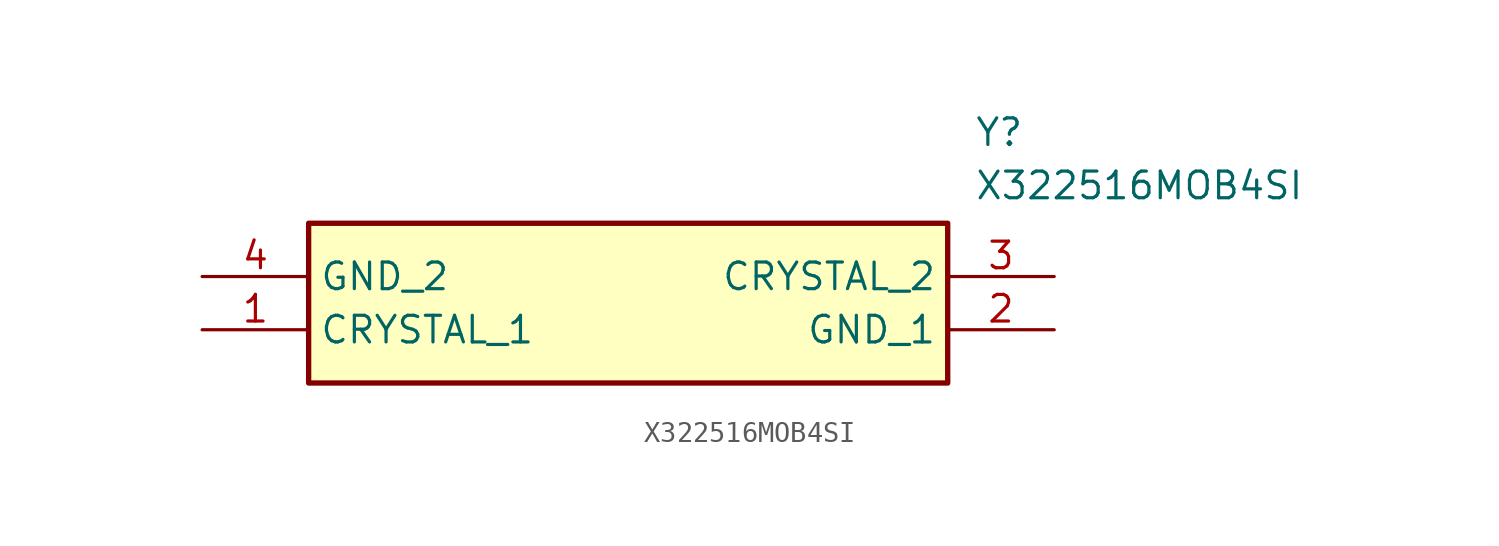
<source format=kicad_sym>
(kicad_symbol_lib
  (version 20211014)
  (generator SamacSys_ECAD_Model)
  (symbol "X322516MOB4SI"
    (property "Reference" "Y"
      (at 36.83 7.62 0)
      (effects (font (size 1.27 1.27)) (justify left top)))
    (property "Value" "X322516MOB4SI"
      (at 36.83 5.08 0)
      (effects (font (size 1.27 1.27)) (justify left top)))
    (rectangle
      (start 5.08 2.54)
      (end 35.56 -5.08)
      (stroke (width 0.254) (type default))
      (fill (type background)))
    (pin passive line
      (at 0 -2.54 0)
      (length 5.08)
      (name "CRYSTAL_1" (effects (font (size 1.27 1.27))))
      (number "1" (effects (font (size 1.27 1.27)))))
    (pin passive line
      (at 40.64 -2.54 180)
      (length 5.08)
      (name "GND_1" (effects (font (size 1.27 1.27))))
      (number "2" (effects (font (size 1.27 1.27)))))
    (pin passive line
      (at 40.64 0 180)
      (length 5.08)
      (name "CRYSTAL_2" (effects (font (size 1.27 1.27))))
      (number "3" (effects (font (size 1.27 1.27)))))
    (pin passive line
      (at 0 0 0)
      (length 5.08)
      (name "GND_2" (effects (font (size 1.27 1.27))))
      (number "4" (effects (font (size 1.27 1.27)))))))
</source>
